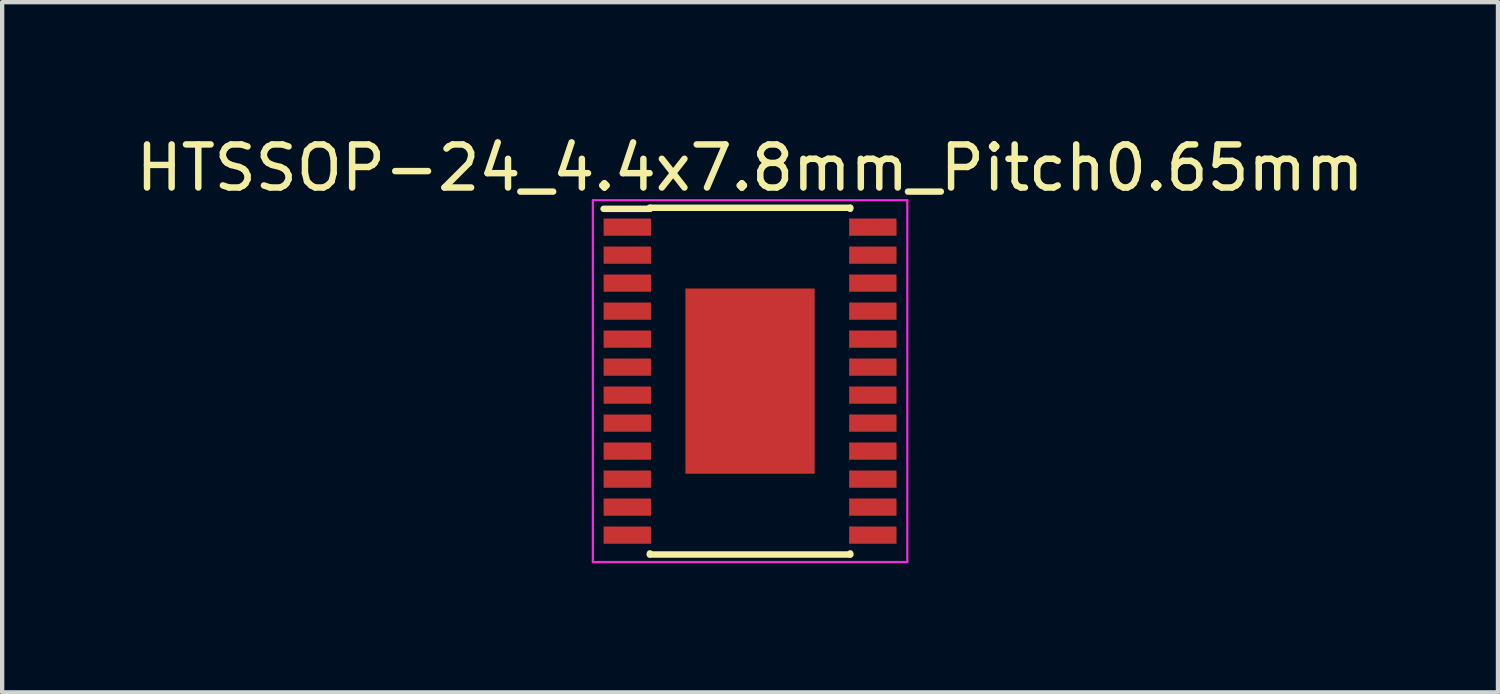
<source format=kicad_pcb>
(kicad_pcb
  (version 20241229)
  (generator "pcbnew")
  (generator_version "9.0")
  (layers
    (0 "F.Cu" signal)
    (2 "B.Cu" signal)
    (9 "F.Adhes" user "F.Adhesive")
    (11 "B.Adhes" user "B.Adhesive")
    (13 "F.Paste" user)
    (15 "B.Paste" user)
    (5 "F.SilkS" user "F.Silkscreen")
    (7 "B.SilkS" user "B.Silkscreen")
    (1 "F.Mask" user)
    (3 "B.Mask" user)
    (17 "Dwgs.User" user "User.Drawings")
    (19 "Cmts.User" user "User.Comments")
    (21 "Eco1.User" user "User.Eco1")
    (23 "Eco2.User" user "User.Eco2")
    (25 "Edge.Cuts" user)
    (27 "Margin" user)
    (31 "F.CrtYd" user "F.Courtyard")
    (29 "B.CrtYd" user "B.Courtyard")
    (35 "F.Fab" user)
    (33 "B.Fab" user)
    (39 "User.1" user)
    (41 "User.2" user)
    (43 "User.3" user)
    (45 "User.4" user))
  (footprint "HTSSOP-24_4.4x7.8mm_Pitch0.65mm"
    (layer "F.Cu")
    (at 14.363 5.798)
    (property "Reference" "HTSSOP-24_4.4x7.8mm_Pitch0.65mm" (at 0 -4.95 0) (layer "F.SilkS") (effects (font (size 1 1) (thickness 0.15))))
    (attr smd)
    (fp_line (start -2.325 -4.025) (end -2.325 -4) (stroke (width 0.15) (type solid)) (layer "F.SilkS"))
    (fp_line (start -2.325 -4.025) (end 2.325 -4.025) (stroke (width 0.15) (type solid)) (layer "F.SilkS"))
    (fp_line (start -2.325 -4) (end -3.4 -4) (stroke (width 0.15) (type solid)) (layer "F.SilkS"))
    (fp_line (start -2.325 4.025) (end -2.325 4) (stroke (width 0.15) (type solid)) (layer "F.SilkS"))
    (fp_line (start -2.325 4.025) (end 2.325 4.025) (stroke (width 0.15) (type solid)) (layer "F.SilkS"))
    (fp_line (start 2.325 -4.025) (end 2.325 -4) (stroke (width 0.15) (type solid)) (layer "F.SilkS"))
    (fp_line (start 2.325 4.025) (end 2.325 4) (stroke (width 0.15) (type solid)) (layer "F.SilkS"))
    (fp_line (start -3.65 -4.2) (end -3.65 4.2) (stroke (width 0.05) (type solid)) (layer "F.CrtYd"))
    (fp_line (start -3.65 -4.2) (end 3.65 -4.2) (stroke (width 0.05) (type solid)) (layer "F.CrtYd"))
    (fp_line (start -3.65 4.2) (end 3.65 4.2) (stroke (width 0.05) (type solid)) (layer "F.CrtYd"))
    (fp_line (start 3.65 -4.2) (end 3.65 4.2) (stroke (width 0.05) (type solid)) (layer "F.CrtYd"))
    (pad "1" smd rect (at -2.85 -3.575) (size 1.1 0.4) (layers "F.Cu" "F.Mask" "F.Paste"))
    (pad "2" smd rect (at -2.85 -2.925) (size 1.1 0.4) (layers "F.Cu" "F.Mask" "F.Paste"))
    (pad "3" smd rect (at -2.85 -2.275) (size 1.1 0.4) (layers "F.Cu" "F.Mask" "F.Paste"))
    (pad "4" smd rect (at -2.85 -1.625) (size 1.1 0.4) (layers "F.Cu" "F.Mask" "F.Paste"))
    (pad "5" smd rect (at -2.85 -0.975) (size 1.1 0.4) (layers "F.Cu" "F.Mask" "F.Paste"))
    (pad "6" smd rect (at -2.85 -0.325) (size 1.1 0.4) (layers "F.Cu" "F.Mask" "F.Paste"))
    (pad "7" smd rect (at -2.85 0.325) (size 1.1 0.4) (layers "F.Cu" "F.Mask" "F.Paste"))
    (pad "8" smd rect (at -2.85 0.975) (size 1.1 0.4) (layers "F.Cu" "F.Mask" "F.Paste"))
    (pad "9" smd rect (at -2.85 1.625) (size 1.1 0.4) (layers "F.Cu" "F.Mask" "F.Paste"))
    (pad "10" smd rect (at -2.85 2.275) (size 1.1 0.4) (layers "F.Cu" "F.Mask" "F.Paste"))
    (pad "11" smd rect (at -2.85 2.925) (size 1.1 0.4) (layers "F.Cu" "F.Mask" "F.Paste"))
    (pad "12" smd rect (at -2.85 3.575) (size 1.1 0.4) (layers "F.Cu" "F.Mask" "F.Paste"))
    (pad "13" smd rect (at 2.85 3.575) (size 1.1 0.4) (layers "F.Cu" "F.Mask" "F.Paste"))
    (pad "14" smd rect (at 2.85 2.925) (size 1.1 0.4) (layers "F.Cu" "F.Mask" "F.Paste"))
    (pad "15" smd rect (at 2.85 2.275) (size 1.1 0.4) (layers "F.Cu" "F.Mask" "F.Paste"))
    (pad "16" smd rect (at 2.85 1.625) (size 1.1 0.4) (layers "F.Cu" "F.Mask" "F.Paste"))
    (pad "17" smd rect (at 2.85 0.975) (size 1.1 0.4) (layers "F.Cu" "F.Mask" "F.Paste"))
    (pad "18" smd rect (at 2.85 0.325) (size 1.1 0.4) (layers "F.Cu" "F.Mask" "F.Paste"))
    (pad "19" smd rect (at 2.85 -0.325) (size 1.1 0.4) (layers "F.Cu" "F.Mask" "F.Paste"))
    (pad "20" smd rect (at 2.85 -0.975) (size 1.1 0.4) (layers "F.Cu" "F.Mask" "F.Paste"))
    (pad "21" smd rect (at 2.85 -1.625) (size 1.1 0.4) (layers "F.Cu" "F.Mask" "F.Paste"))
    (pad "22" smd rect (at 2.85 -2.275) (size 1.1 0.4) (layers "F.Cu" "F.Mask" "F.Paste"))
    (pad "23" smd rect (at 2.85 -2.925) (size 1.1 0.4) (layers "F.Cu" "F.Mask" "F.Paste"))
    (pad "24" smd rect (at 2.85 -3.575) (size 1.1 0.4) (layers "F.Cu" "F.Mask" "F.Paste"))
    (pad "GND" smd rect (at 0 0) (size 3 4.3) (layers "F.Cu" "F.Mask" "F.Paste")))
  (gr_rect
    (start -3 -3)
    (end 31.726 13.023)
    (stroke (width 0.1) (type default))
    (fill no)
    (layer "Edge.Cuts")))
</source>
